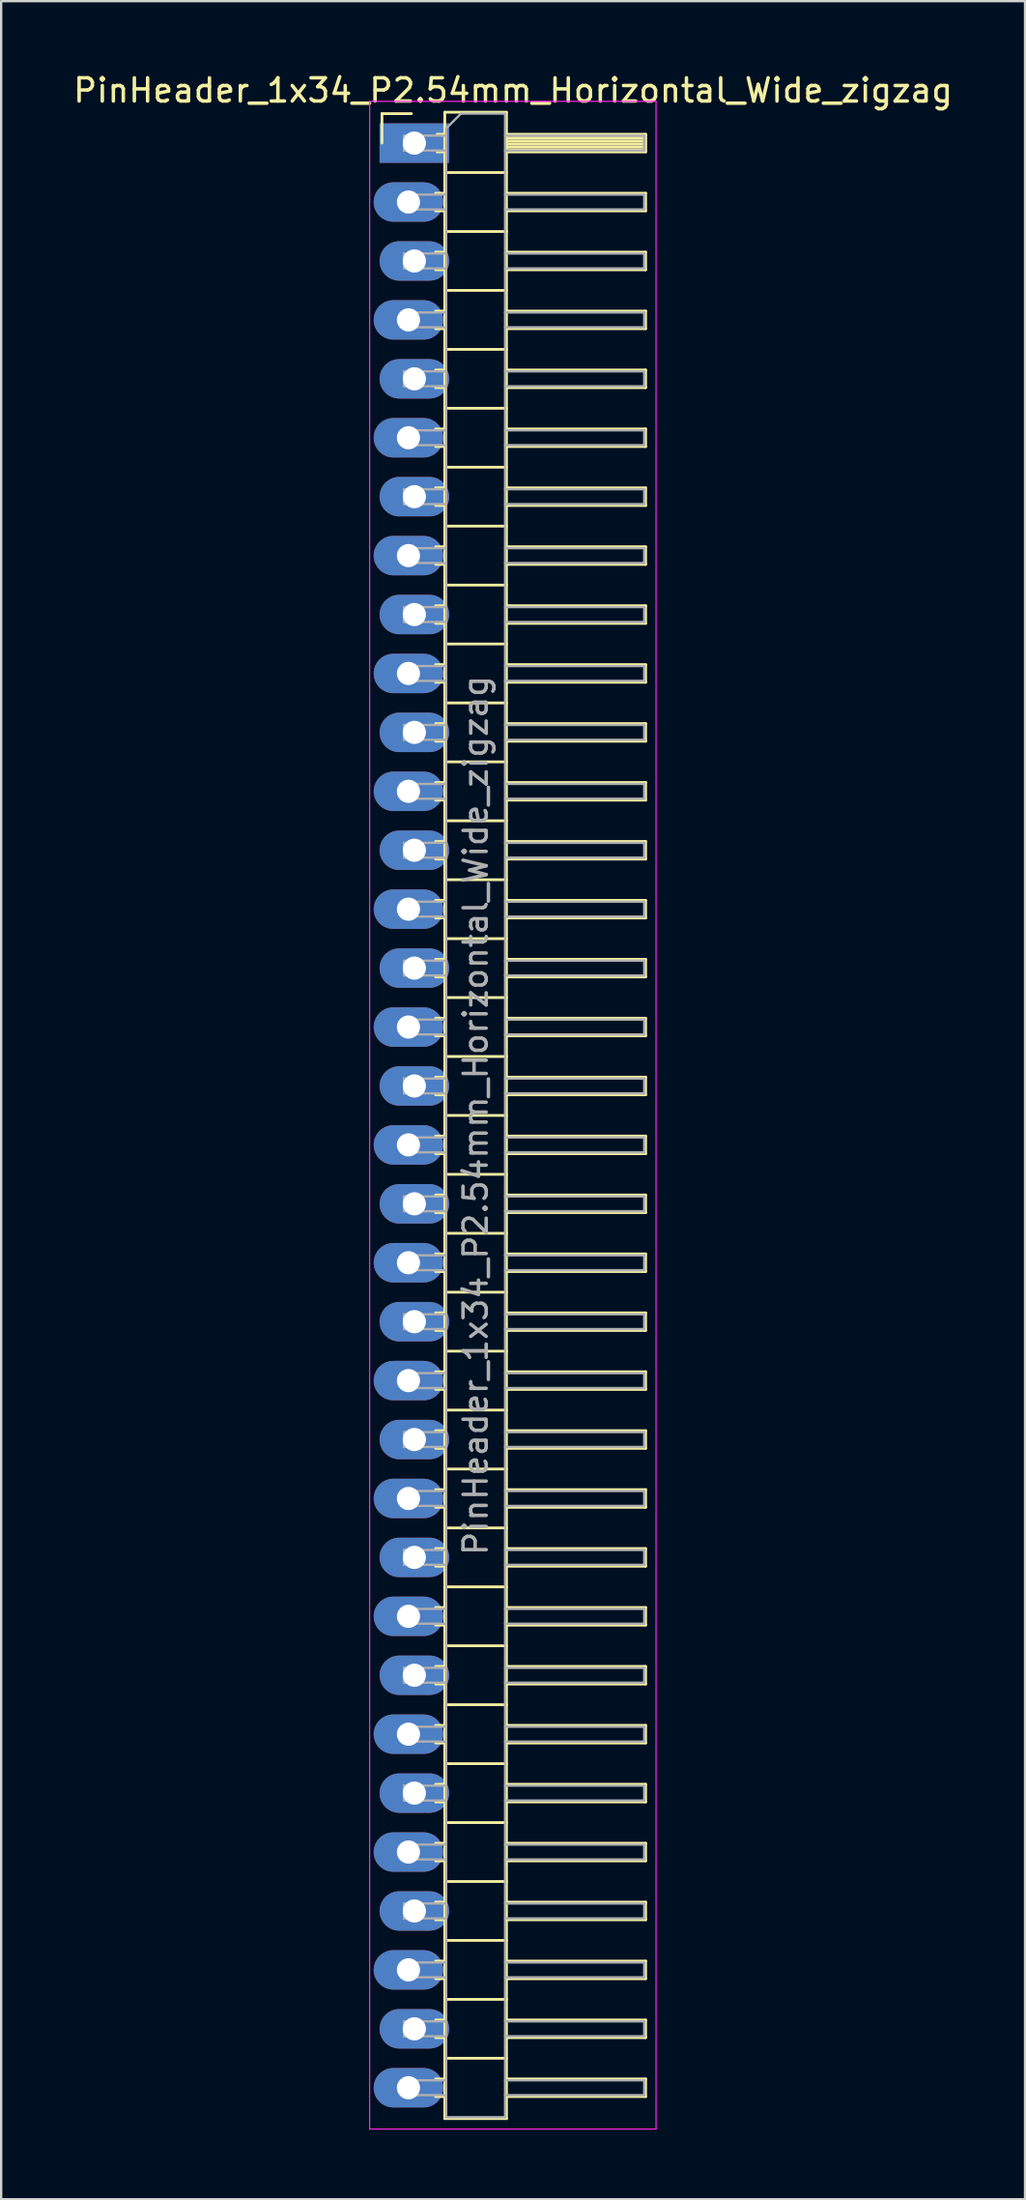
<source format=kicad_pcb>
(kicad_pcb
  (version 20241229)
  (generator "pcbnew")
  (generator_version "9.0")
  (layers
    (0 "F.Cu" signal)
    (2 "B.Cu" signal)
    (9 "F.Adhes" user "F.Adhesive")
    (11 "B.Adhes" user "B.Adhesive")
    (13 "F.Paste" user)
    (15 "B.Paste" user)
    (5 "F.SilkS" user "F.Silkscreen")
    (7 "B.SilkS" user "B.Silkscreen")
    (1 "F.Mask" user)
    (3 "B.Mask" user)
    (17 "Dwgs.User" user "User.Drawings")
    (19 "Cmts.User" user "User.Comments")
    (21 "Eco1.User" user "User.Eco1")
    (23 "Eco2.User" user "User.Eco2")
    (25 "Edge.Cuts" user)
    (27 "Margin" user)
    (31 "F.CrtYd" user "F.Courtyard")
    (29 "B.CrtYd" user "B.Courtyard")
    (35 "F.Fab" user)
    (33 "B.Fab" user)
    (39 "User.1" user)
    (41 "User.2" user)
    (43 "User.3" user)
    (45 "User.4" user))
  (footprint "PinHeader_1x34_P2.54mm_Horizontal_Wide_zigzag"
    (layer "F.Cu")
    (at 14.692 3.118)
    (property "Reference" "PinHeader_1x34_P2.54mm_Horizontal_Wide_zigzag" (at 4.385 -2.27 0) (layer "F.SilkS") (effects (font (size 1 1) (thickness 0.15))))
    (attr through_hole)
    (fp_line (start -1.27 -1.27) (end 0 -1.27) (stroke (width 0.12) (type solid)) (layer "F.SilkS"))
    (fp_line (start -1.27 0) (end -1.27 -1.27) (stroke (width 0.12) (type solid)) (layer "F.SilkS"))
    (fp_line (start 1.043 2.16) (end 1.44 2.16) (stroke (width 0.12) (type solid)) (layer "F.SilkS"))
    (fp_line (start 1.043 2.92) (end 1.44 2.92) (stroke (width 0.12) (type solid)) (layer "F.SilkS"))
    (fp_line (start 1.043 4.7) (end 1.44 4.7) (stroke (width 0.12) (type solid)) (layer "F.SilkS"))
    (fp_line (start 1.043 5.46) (end 1.44 5.46) (stroke (width 0.12) (type solid)) (layer "F.SilkS"))
    (fp_line (start 1.043 7.24) (end 1.44 7.24) (stroke (width 0.12) (type solid)) (layer "F.SilkS"))
    (fp_line (start 1.043 8) (end 1.44 8) (stroke (width 0.12) (type solid)) (layer "F.SilkS"))
    (fp_line (start 1.043 9.78) (end 1.44 9.78) (stroke (width 0.12) (type solid)) (layer "F.SilkS"))
    (fp_line (start 1.043 10.54) (end 1.44 10.54) (stroke (width 0.12) (type solid)) (layer "F.SilkS"))
    (fp_line (start 1.043 12.32) (end 1.44 12.32) (stroke (width 0.12) (type solid)) (layer "F.SilkS"))
    (fp_line (start 1.043 13.08) (end 1.44 13.08) (stroke (width 0.12) (type solid)) (layer "F.SilkS"))
    (fp_line (start 1.043 14.86) (end 1.44 14.86) (stroke (width 0.12) (type solid)) (layer "F.SilkS"))
    (fp_line (start 1.043 15.62) (end 1.44 15.62) (stroke (width 0.12) (type solid)) (layer "F.SilkS"))
    (fp_line (start 1.043 17.4) (end 1.44 17.4) (stroke (width 0.12) (type solid)) (layer "F.SilkS"))
    (fp_line (start 1.043 18.16) (end 1.44 18.16) (stroke (width 0.12) (type solid)) (layer "F.SilkS"))
    (fp_line (start 1.043 19.94) (end 1.44 19.94) (stroke (width 0.12) (type solid)) (layer "F.SilkS"))
    (fp_line (start 1.043 20.7) (end 1.44 20.7) (stroke (width 0.12) (type solid)) (layer "F.SilkS"))
    (fp_line (start 1.043 22.48) (end 1.44 22.48) (stroke (width 0.12) (type solid)) (layer "F.SilkS"))
    (fp_line (start 1.043 23.24) (end 1.44 23.24) (stroke (width 0.12) (type solid)) (layer "F.SilkS"))
    (fp_line (start 1.043 25.02) (end 1.44 25.02) (stroke (width 0.12) (type solid)) (layer "F.SilkS"))
    (fp_line (start 1.043 25.78) (end 1.44 25.78) (stroke (width 0.12) (type solid)) (layer "F.SilkS"))
    (fp_line (start 1.043 27.56) (end 1.44 27.56) (stroke (width 0.12) (type solid)) (layer "F.SilkS"))
    (fp_line (start 1.043 28.32) (end 1.44 28.32) (stroke (width 0.12) (type solid)) (layer "F.SilkS"))
    (fp_line (start 1.043 30.1) (end 1.44 30.1) (stroke (width 0.12) (type solid)) (layer "F.SilkS"))
    (fp_line (start 1.043 30.86) (end 1.44 30.86) (stroke (width 0.12) (type solid)) (layer "F.SilkS"))
    (fp_line (start 1.043 32.64) (end 1.44 32.64) (stroke (width 0.12) (type solid)) (layer "F.SilkS"))
    (fp_line (start 1.043 33.4) (end 1.44 33.4) (stroke (width 0.12) (type solid)) (layer "F.SilkS"))
    (fp_line (start 1.043 35.18) (end 1.44 35.18) (stroke (width 0.12) (type solid)) (layer "F.SilkS"))
    (fp_line (start 1.043 35.94) (end 1.44 35.94) (stroke (width 0.12) (type solid)) (layer "F.SilkS"))
    (fp_line (start 1.043 37.72) (end 1.44 37.72) (stroke (width 0.12) (type solid)) (layer "F.SilkS"))
    (fp_line (start 1.043 38.48) (end 1.44 38.48) (stroke (width 0.12) (type solid)) (layer "F.SilkS"))
    (fp_line (start 1.043 40.26) (end 1.44 40.26) (stroke (width 0.12) (type solid)) (layer "F.SilkS"))
    (fp_line (start 1.043 41.02) (end 1.44 41.02) (stroke (width 0.12) (type solid)) (layer "F.SilkS"))
    (fp_line (start 1.043 42.8) (end 1.44 42.8) (stroke (width 0.12) (type solid)) (layer "F.SilkS"))
    (fp_line (start 1.043 43.56) (end 1.44 43.56) (stroke (width 0.12) (type solid)) (layer "F.SilkS"))
    (fp_line (start 1.043 45.34) (end 1.44 45.34) (stroke (width 0.12) (type solid)) (layer "F.SilkS"))
    (fp_line (start 1.043 46.1) (end 1.44 46.1) (stroke (width 0.12) (type solid)) (layer "F.SilkS"))
    (fp_line (start 1.043 47.88) (end 1.44 47.88) (stroke (width 0.12) (type solid)) (layer "F.SilkS"))
    (fp_line (start 1.043 48.64) (end 1.44 48.64) (stroke (width 0.12) (type solid)) (layer "F.SilkS"))
    (fp_line (start 1.043 50.42) (end 1.44 50.42) (stroke (width 0.12) (type solid)) (layer "F.SilkS"))
    (fp_line (start 1.043 51.18) (end 1.44 51.18) (stroke (width 0.12) (type solid)) (layer "F.SilkS"))
    (fp_line (start 1.043 52.96) (end 1.44 52.96) (stroke (width 0.12) (type solid)) (layer "F.SilkS"))
    (fp_line (start 1.043 53.72) (end 1.44 53.72) (stroke (width 0.12) (type solid)) (layer "F.SilkS"))
    (fp_line (start 1.043 55.5) (end 1.44 55.5) (stroke (width 0.12) (type solid)) (layer "F.SilkS"))
    (fp_line (start 1.043 56.26) (end 1.44 56.26) (stroke (width 0.12) (type solid)) (layer "F.SilkS"))
    (fp_line (start 1.043 58.04) (end 1.44 58.04) (stroke (width 0.12) (type solid)) (layer "F.SilkS"))
    (fp_line (start 1.043 58.8) (end 1.44 58.8) (stroke (width 0.12) (type solid)) (layer "F.SilkS"))
    (fp_line (start 1.043 60.58) (end 1.44 60.58) (stroke (width 0.12) (type solid)) (layer "F.SilkS"))
    (fp_line (start 1.043 61.34) (end 1.44 61.34) (stroke (width 0.12) (type solid)) (layer "F.SilkS"))
    (fp_line (start 1.043 63.12) (end 1.44 63.12) (stroke (width 0.12) (type solid)) (layer "F.SilkS"))
    (fp_line (start 1.043 63.88) (end 1.44 63.88) (stroke (width 0.12) (type solid)) (layer "F.SilkS"))
    (fp_line (start 1.043 65.66) (end 1.44 65.66) (stroke (width 0.12) (type solid)) (layer "F.SilkS"))
    (fp_line (start 1.043 66.42) (end 1.44 66.42) (stroke (width 0.12) (type solid)) (layer "F.SilkS"))
    (fp_line (start 1.043 68.2) (end 1.44 68.2) (stroke (width 0.12) (type solid)) (layer "F.SilkS"))
    (fp_line (start 1.043 68.96) (end 1.44 68.96) (stroke (width 0.12) (type solid)) (layer "F.SilkS"))
    (fp_line (start 1.043 70.74) (end 1.44 70.74) (stroke (width 0.12) (type solid)) (layer "F.SilkS"))
    (fp_line (start 1.043 71.5) (end 1.44 71.5) (stroke (width 0.12) (type solid)) (layer "F.SilkS"))
    (fp_line (start 1.043 73.28) (end 1.44 73.28) (stroke (width 0.12) (type solid)) (layer "F.SilkS"))
    (fp_line (start 1.043 74.04) (end 1.44 74.04) (stroke (width 0.12) (type solid)) (layer "F.SilkS"))
    (fp_line (start 1.043 75.82) (end 1.44 75.82) (stroke (width 0.12) (type solid)) (layer "F.SilkS"))
    (fp_line (start 1.043 76.58) (end 1.44 76.58) (stroke (width 0.12) (type solid)) (layer "F.SilkS"))
    (fp_line (start 1.043 78.36) (end 1.44 78.36) (stroke (width 0.12) (type solid)) (layer "F.SilkS"))
    (fp_line (start 1.043 79.12) (end 1.44 79.12) (stroke (width 0.12) (type solid)) (layer "F.SilkS"))
    (fp_line (start 1.043 80.9) (end 1.44 80.9) (stroke (width 0.12) (type solid)) (layer "F.SilkS"))
    (fp_line (start 1.043 81.66) (end 1.44 81.66) (stroke (width 0.12) (type solid)) (layer "F.SilkS"))
    (fp_line (start 1.043 83.44) (end 1.44 83.44) (stroke (width 0.12) (type solid)) (layer "F.SilkS"))
    (fp_line (start 1.043 84.2) (end 1.44 84.2) (stroke (width 0.12) (type solid)) (layer "F.SilkS"))
    (fp_line (start 1.11 -0.38) (end 1.44 -0.38) (stroke (width 0.12) (type solid)) (layer "F.SilkS"))
    (fp_line (start 1.11 0.38) (end 1.44 0.38) (stroke (width 0.12) (type solid)) (layer "F.SilkS"))
    (fp_line (start 1.44 -1.33) (end 1.44 85.15) (stroke (width 0.12) (type solid)) (layer "F.SilkS"))
    (fp_line (start 1.44 1.27) (end 4.1 1.27) (stroke (width 0.12) (type solid)) (layer "F.SilkS"))
    (fp_line (start 1.44 3.81) (end 4.1 3.81) (stroke (width 0.12) (type solid)) (layer "F.SilkS"))
    (fp_line (start 1.44 6.35) (end 4.1 6.35) (stroke (width 0.12) (type solid)) (layer "F.SilkS"))
    (fp_line (start 1.44 8.89) (end 4.1 8.89) (stroke (width 0.12) (type solid)) (layer "F.SilkS"))
    (fp_line (start 1.44 11.43) (end 4.1 11.43) (stroke (width 0.12) (type solid)) (layer "F.SilkS"))
    (fp_line (start 1.44 13.97) (end 4.1 13.97) (stroke (width 0.12) (type solid)) (layer "F.SilkS"))
    (fp_line (start 1.44 16.51) (end 4.1 16.51) (stroke (width 0.12) (type solid)) (layer "F.SilkS"))
    (fp_line (start 1.44 19.05) (end 4.1 19.05) (stroke (width 0.12) (type solid)) (layer "F.SilkS"))
    (fp_line (start 1.44 21.59) (end 4.1 21.59) (stroke (width 0.12) (type solid)) (layer "F.SilkS"))
    (fp_line (start 1.44 24.13) (end 4.1 24.13) (stroke (width 0.12) (type solid)) (layer "F.SilkS"))
    (fp_line (start 1.44 26.67) (end 4.1 26.67) (stroke (width 0.12) (type solid)) (layer "F.SilkS"))
    (fp_line (start 1.44 29.21) (end 4.1 29.21) (stroke (width 0.12) (type solid)) (layer "F.SilkS"))
    (fp_line (start 1.44 31.75) (end 4.1 31.75) (stroke (width 0.12) (type solid)) (layer "F.SilkS"))
    (fp_line (start 1.44 34.29) (end 4.1 34.29) (stroke (width 0.12) (type solid)) (layer "F.SilkS"))
    (fp_line (start 1.44 36.83) (end 4.1 36.83) (stroke (width 0.12) (type solid)) (layer "F.SilkS"))
    (fp_line (start 1.44 39.37) (end 4.1 39.37) (stroke (width 0.12) (type solid)) (layer "F.SilkS"))
    (fp_line (start 1.44 41.91) (end 4.1 41.91) (stroke (width 0.12) (type solid)) (layer "F.SilkS"))
    (fp_line (start 1.44 44.45) (end 4.1 44.45) (stroke (width 0.12) (type solid)) (layer "F.SilkS"))
    (fp_line (start 1.44 46.99) (end 4.1 46.99) (stroke (width 0.12) (type solid)) (layer "F.SilkS"))
    (fp_line (start 1.44 49.53) (end 4.1 49.53) (stroke (width 0.12) (type solid)) (layer "F.SilkS"))
    (fp_line (start 1.44 52.07) (end 4.1 52.07) (stroke (width 0.12) (type solid)) (layer "F.SilkS"))
    (fp_line (start 1.44 54.61) (end 4.1 54.61) (stroke (width 0.12) (type solid)) (layer "F.SilkS"))
    (fp_line (start 1.44 57.15) (end 4.1 57.15) (stroke (width 0.12) (type solid)) (layer "F.SilkS"))
    (fp_line (start 1.44 59.69) (end 4.1 59.69) (stroke (width 0.12) (type solid)) (layer "F.SilkS"))
    (fp_line (start 1.44 62.23) (end 4.1 62.23) (stroke (width 0.12) (type solid)) (layer "F.SilkS"))
    (fp_line (start 1.44 64.77) (end 4.1 64.77) (stroke (width 0.12) (type solid)) (layer "F.SilkS"))
    (fp_line (start 1.44 67.31) (end 4.1 67.31) (stroke (width 0.12) (type solid)) (layer "F.SilkS"))
    (fp_line (start 1.44 69.85) (end 4.1 69.85) (stroke (width 0.12) (type solid)) (layer "F.SilkS"))
    (fp_line (start 1.44 72.39) (end 4.1 72.39) (stroke (width 0.12) (type solid)) (layer "F.SilkS"))
    (fp_line (start 1.44 74.93) (end 4.1 74.93) (stroke (width 0.12) (type solid)) (layer "F.SilkS"))
    (fp_line (start 1.44 77.47) (end 4.1 77.47) (stroke (width 0.12) (type solid)) (layer "F.SilkS"))
    (fp_line (start 1.44 80.01) (end 4.1 80.01) (stroke (width 0.12) (type solid)) (layer "F.SilkS"))
    (fp_line (start 1.44 82.55) (end 4.1 82.55) (stroke (width 0.12) (type solid)) (layer "F.SilkS"))
    (fp_line (start 1.44 85.15) (end 4.1 85.15) (stroke (width 0.12) (type solid)) (layer "F.SilkS"))
    (fp_line (start 4.1 -1.33) (end 1.44 -1.33) (stroke (width 0.12) (type solid)) (layer "F.SilkS"))
    (fp_line (start 4.1 -0.38) (end 10.1 -0.38) (stroke (width 0.12) (type solid)) (layer "F.SilkS"))
    (fp_line (start 4.1 -0.32) (end 10.1 -0.32) (stroke (width 0.12) (type solid)) (layer "F.SilkS"))
    (fp_line (start 4.1 -0.2) (end 10.1 -0.2) (stroke (width 0.12) (type solid)) (layer "F.SilkS"))
    (fp_line (start 4.1 -0.08) (end 10.1 -0.08) (stroke (width 0.12) (type solid)) (layer "F.SilkS"))
    (fp_line (start 4.1 0.04) (end 10.1 0.04) (stroke (width 0.12) (type solid)) (layer "F.SilkS"))
    (fp_line (start 4.1 0.16) (end 10.1 0.16) (stroke (width 0.12) (type solid)) (layer "F.SilkS"))
    (fp_line (start 4.1 0.28) (end 10.1 0.28) (stroke (width 0.12) (type solid)) (layer "F.SilkS"))
    (fp_line (start 4.1 2.16) (end 10.1 2.16) (stroke (width 0.12) (type solid)) (layer "F.SilkS"))
    (fp_line (start 4.1 4.7) (end 10.1 4.7) (stroke (width 0.12) (type solid)) (layer "F.SilkS"))
    (fp_line (start 4.1 7.24) (end 10.1 7.24) (stroke (width 0.12) (type solid)) (layer "F.SilkS"))
    (fp_line (start 4.1 9.78) (end 10.1 9.78) (stroke (width 0.12) (type solid)) (layer "F.SilkS"))
    (fp_line (start 4.1 12.32) (end 10.1 12.32) (stroke (width 0.12) (type solid)) (layer "F.SilkS"))
    (fp_line (start 4.1 14.86) (end 10.1 14.86) (stroke (width 0.12) (type solid)) (layer "F.SilkS"))
    (fp_line (start 4.1 17.4) (end 10.1 17.4) (stroke (width 0.12) (type solid)) (layer "F.SilkS"))
    (fp_line (start 4.1 19.94) (end 10.1 19.94) (stroke (width 0.12) (type solid)) (layer "F.SilkS"))
    (fp_line (start 4.1 22.48) (end 10.1 22.48) (stroke (width 0.12) (type solid)) (layer "F.SilkS"))
    (fp_line (start 4.1 25.02) (end 10.1 25.02) (stroke (width 0.12) (type solid)) (layer "F.SilkS"))
    (fp_line (start 4.1 27.56) (end 10.1 27.56) (stroke (width 0.12) (type solid)) (layer "F.SilkS"))
    (fp_line (start 4.1 30.1) (end 10.1 30.1) (stroke (width 0.12) (type solid)) (layer "F.SilkS"))
    (fp_line (start 4.1 32.64) (end 10.1 32.64) (stroke (width 0.12) (type solid)) (layer "F.SilkS"))
    (fp_line (start 4.1 35.18) (end 10.1 35.18) (stroke (width 0.12) (type solid)) (layer "F.SilkS"))
    (fp_line (start 4.1 37.72) (end 10.1 37.72) (stroke (width 0.12) (type solid)) (layer "F.SilkS"))
    (fp_line (start 4.1 40.26) (end 10.1 40.26) (stroke (width 0.12) (type solid)) (layer "F.SilkS"))
    (fp_line (start 4.1 42.8) (end 10.1 42.8) (stroke (width 0.12) (type solid)) (layer "F.SilkS"))
    (fp_line (start 4.1 45.34) (end 10.1 45.34) (stroke (width 0.12) (type solid)) (layer "F.SilkS"))
    (fp_line (start 4.1 47.88) (end 10.1 47.88) (stroke (width 0.12) (type solid)) (layer "F.SilkS"))
    (fp_line (start 4.1 50.42) (end 10.1 50.42) (stroke (width 0.12) (type solid)) (layer "F.SilkS"))
    (fp_line (start 4.1 52.96) (end 10.1 52.96) (stroke (width 0.12) (type solid)) (layer "F.SilkS"))
    (fp_line (start 4.1 55.5) (end 10.1 55.5) (stroke (width 0.12) (type solid)) (layer "F.SilkS"))
    (fp_line (start 4.1 58.04) (end 10.1 58.04) (stroke (width 0.12) (type solid)) (layer "F.SilkS"))
    (fp_line (start 4.1 60.58) (end 10.1 60.58) (stroke (width 0.12) (type solid)) (layer "F.SilkS"))
    (fp_line (start 4.1 63.12) (end 10.1 63.12) (stroke (width 0.12) (type solid)) (layer "F.SilkS"))
    (fp_line (start 4.1 65.66) (end 10.1 65.66) (stroke (width 0.12) (type solid)) (layer "F.SilkS"))
    (fp_line (start 4.1 68.2) (end 10.1 68.2) (stroke (width 0.12) (type solid)) (layer "F.SilkS"))
    (fp_line (start 4.1 70.74) (end 10.1 70.74) (stroke (width 0.12) (type solid)) (layer "F.SilkS"))
    (fp_line (start 4.1 73.28) (end 10.1 73.28) (stroke (width 0.12) (type solid)) (layer "F.SilkS"))
    (fp_line (start 4.1 75.82) (end 10.1 75.82) (stroke (width 0.12) (type solid)) (layer "F.SilkS"))
    (fp_line (start 4.1 78.36) (end 10.1 78.36) (stroke (width 0.12) (type solid)) (layer "F.SilkS"))
    (fp_line (start 4.1 80.9) (end 10.1 80.9) (stroke (width 0.12) (type solid)) (layer "F.SilkS"))
    (fp_line (start 4.1 83.44) (end 10.1 83.44) (stroke (width 0.12) (type solid)) (layer "F.SilkS"))
    (fp_line (start 4.1 85.15) (end 4.1 -1.33) (stroke (width 0.12) (type solid)) (layer "F.SilkS"))
    (fp_line (start 10.1 -0.38) (end 10.1 0.38) (stroke (width 0.12) (type solid)) (layer "F.SilkS"))
    (fp_line (start 10.1 0.38) (end 4.1 0.38) (stroke (width 0.12) (type solid)) (layer "F.SilkS"))
    (fp_line (start 10.1 2.16) (end 10.1 2.92) (stroke (width 0.12) (type solid)) (layer "F.SilkS"))
    (fp_line (start 10.1 2.92) (end 4.1 2.92) (stroke (width 0.12) (type solid)) (layer "F.SilkS"))
    (fp_line (start 10.1 4.7) (end 10.1 5.46) (stroke (width 0.12) (type solid)) (layer "F.SilkS"))
    (fp_line (start 10.1 5.46) (end 4.1 5.46) (stroke (width 0.12) (type solid)) (layer "F.SilkS"))
    (fp_line (start 10.1 7.24) (end 10.1 8) (stroke (width 0.12) (type solid)) (layer "F.SilkS"))
    (fp_line (start 10.1 8) (end 4.1 8) (stroke (width 0.12) (type solid)) (layer "F.SilkS"))
    (fp_line (start 10.1 9.78) (end 10.1 10.54) (stroke (width 0.12) (type solid)) (layer "F.SilkS"))
    (fp_line (start 10.1 10.54) (end 4.1 10.54) (stroke (width 0.12) (type solid)) (layer "F.SilkS"))
    (fp_line (start 10.1 12.32) (end 10.1 13.08) (stroke (width 0.12) (type solid)) (layer "F.SilkS"))
    (fp_line (start 10.1 13.08) (end 4.1 13.08) (stroke (width 0.12) (type solid)) (layer "F.SilkS"))
    (fp_line (start 10.1 14.86) (end 10.1 15.62) (stroke (width 0.12) (type solid)) (layer "F.SilkS"))
    (fp_line (start 10.1 15.62) (end 4.1 15.62) (stroke (width 0.12) (type solid)) (layer "F.SilkS"))
    (fp_line (start 10.1 17.4) (end 10.1 18.16) (stroke (width 0.12) (type solid)) (layer "F.SilkS"))
    (fp_line (start 10.1 18.16) (end 4.1 18.16) (stroke (width 0.12) (type solid)) (layer "F.SilkS"))
    (fp_line (start 10.1 19.94) (end 10.1 20.7) (stroke (width 0.12) (type solid)) (layer "F.SilkS"))
    (fp_line (start 10.1 20.7) (end 4.1 20.7) (stroke (width 0.12) (type solid)) (layer "F.SilkS"))
    (fp_line (start 10.1 22.48) (end 10.1 23.24) (stroke (width 0.12) (type solid)) (layer "F.SilkS"))
    (fp_line (start 10.1 23.24) (end 4.1 23.24) (stroke (width 0.12) (type solid)) (layer "F.SilkS"))
    (fp_line (start 10.1 25.02) (end 10.1 25.78) (stroke (width 0.12) (type solid)) (layer "F.SilkS"))
    (fp_line (start 10.1 25.78) (end 4.1 25.78) (stroke (width 0.12) (type solid)) (layer "F.SilkS"))
    (fp_line (start 10.1 27.56) (end 10.1 28.32) (stroke (width 0.12) (type solid)) (layer "F.SilkS"))
    (fp_line (start 10.1 28.32) (end 4.1 28.32) (stroke (width 0.12) (type solid)) (layer "F.SilkS"))
    (fp_line (start 10.1 30.1) (end 10.1 30.86) (stroke (width 0.12) (type solid)) (layer "F.SilkS"))
    (fp_line (start 10.1 30.86) (end 4.1 30.86) (stroke (width 0.12) (type solid)) (layer "F.SilkS"))
    (fp_line (start 10.1 32.64) (end 10.1 33.4) (stroke (width 0.12) (type solid)) (layer "F.SilkS"))
    (fp_line (start 10.1 33.4) (end 4.1 33.4) (stroke (width 0.12) (type solid)) (layer "F.SilkS"))
    (fp_line (start 10.1 35.18) (end 10.1 35.94) (stroke (width 0.12) (type solid)) (layer "F.SilkS"))
    (fp_line (start 10.1 35.94) (end 4.1 35.94) (stroke (width 0.12) (type solid)) (layer "F.SilkS"))
    (fp_line (start 10.1 37.72) (end 10.1 38.48) (stroke (width 0.12) (type solid)) (layer "F.SilkS"))
    (fp_line (start 10.1 38.48) (end 4.1 38.48) (stroke (width 0.12) (type solid)) (layer "F.SilkS"))
    (fp_line (start 10.1 40.26) (end 10.1 41.02) (stroke (width 0.12) (type solid)) (layer "F.SilkS"))
    (fp_line (start 10.1 41.02) (end 4.1 41.02) (stroke (width 0.12) (type solid)) (layer "F.SilkS"))
    (fp_line (start 10.1 42.8) (end 10.1 43.56) (stroke (width 0.12) (type solid)) (layer "F.SilkS"))
    (fp_line (start 10.1 43.56) (end 4.1 43.56) (stroke (width 0.12) (type solid)) (layer "F.SilkS"))
    (fp_line (start 10.1 45.34) (end 10.1 46.1) (stroke (width 0.12) (type solid)) (layer "F.SilkS"))
    (fp_line (start 10.1 46.1) (end 4.1 46.1) (stroke (width 0.12) (type solid)) (layer "F.SilkS"))
    (fp_line (start 10.1 47.88) (end 10.1 48.64) (stroke (width 0.12) (type solid)) (layer "F.SilkS"))
    (fp_line (start 10.1 48.64) (end 4.1 48.64) (stroke (width 0.12) (type solid)) (layer "F.SilkS"))
    (fp_line (start 10.1 50.42) (end 10.1 51.18) (stroke (width 0.12) (type solid)) (layer "F.SilkS"))
    (fp_line (start 10.1 51.18) (end 4.1 51.18) (stroke (width 0.12) (type solid)) (layer "F.SilkS"))
    (fp_line (start 10.1 52.96) (end 10.1 53.72) (stroke (width 0.12) (type solid)) (layer "F.SilkS"))
    (fp_line (start 10.1 53.72) (end 4.1 53.72) (stroke (width 0.12) (type solid)) (layer "F.SilkS"))
    (fp_line (start 10.1 55.5) (end 10.1 56.26) (stroke (width 0.12) (type solid)) (layer "F.SilkS"))
    (fp_line (start 10.1 56.26) (end 4.1 56.26) (stroke (width 0.12) (type solid)) (layer "F.SilkS"))
    (fp_line (start 10.1 58.04) (end 10.1 58.8) (stroke (width 0.12) (type solid)) (layer "F.SilkS"))
    (fp_line (start 10.1 58.8) (end 4.1 58.8) (stroke (width 0.12) (type solid)) (layer "F.SilkS"))
    (fp_line (start 10.1 60.58) (end 10.1 61.34) (stroke (width 0.12) (type solid)) (layer "F.SilkS"))
    (fp_line (start 10.1 61.34) (end 4.1 61.34) (stroke (width 0.12) (type solid)) (layer "F.SilkS"))
    (fp_line (start 10.1 63.12) (end 10.1 63.88) (stroke (width 0.12) (type solid)) (layer "F.SilkS"))
    (fp_line (start 10.1 63.88) (end 4.1 63.88) (stroke (width 0.12) (type solid)) (layer "F.SilkS"))
    (fp_line (start 10.1 65.66) (end 10.1 66.42) (stroke (width 0.12) (type solid)) (layer "F.SilkS"))
    (fp_line (start 10.1 66.42) (end 4.1 66.42) (stroke (width 0.12) (type solid)) (layer "F.SilkS"))
    (fp_line (start 10.1 68.2) (end 10.1 68.96) (stroke (width 0.12) (type solid)) (layer "F.SilkS"))
    (fp_line (start 10.1 68.96) (end 4.1 68.96) (stroke (width 0.12) (type solid)) (layer "F.SilkS"))
    (fp_line (start 10.1 70.74) (end 10.1 71.5) (stroke (width 0.12) (type solid)) (layer "F.SilkS"))
    (fp_line (start 10.1 71.5) (end 4.1 71.5) (stroke (width 0.12) (type solid)) (layer "F.SilkS"))
    (fp_line (start 10.1 73.28) (end 10.1 74.04) (stroke (width 0.12) (type solid)) (layer "F.SilkS"))
    (fp_line (start 10.1 74.04) (end 4.1 74.04) (stroke (width 0.12) (type solid)) (layer "F.SilkS"))
    (fp_line (start 10.1 75.82) (end 10.1 76.58) (stroke (width 0.12) (type solid)) (layer "F.SilkS"))
    (fp_line (start 10.1 76.58) (end 4.1 76.58) (stroke (width 0.12) (type solid)) (layer "F.SilkS"))
    (fp_line (start 10.1 78.36) (end 10.1 79.12) (stroke (width 0.12) (type solid)) (layer "F.SilkS"))
    (fp_line (start 10.1 79.12) (end 4.1 79.12) (stroke (width 0.12) (type solid)) (layer "F.SilkS"))
    (fp_line (start 10.1 80.9) (end 10.1 81.66) (stroke (width 0.12) (type solid)) (layer "F.SilkS"))
    (fp_line (start 10.1 81.66) (end 4.1 81.66) (stroke (width 0.12) (type solid)) (layer "F.SilkS"))
    (fp_line (start 10.1 83.44) (end 10.1 84.2) (stroke (width 0.12) (type solid)) (layer "F.SilkS"))
    (fp_line (start 10.1 84.2) (end 4.1 84.2) (stroke (width 0.12) (type solid)) (layer "F.SilkS"))
    (fp_line (start -1.8 -1.8) (end -1.8 85.6) (stroke (width 0.05) (type solid)) (layer "F.CrtYd"))
    (fp_line (start -1.8 85.6) (end 10.55 85.6) (stroke (width 0.05) (type solid)) (layer "F.CrtYd"))
    (fp_line (start 10.55 -1.8) (end -1.8 -1.8) (stroke (width 0.05) (type solid)) (layer "F.CrtYd"))
    (fp_line (start 10.55 85.6) (end 10.55 -1.8) (stroke (width 0.05) (type solid)) (layer "F.CrtYd"))
    (fp_line (start -0.32 -0.32) (end -0.32 0.32) (stroke (width 0.1) (type solid)) (layer "F.Fab"))
    (fp_line (start -0.32 -0.32) (end 1.5 -0.32) (stroke (width 0.1) (type solid)) (layer "F.Fab"))
    (fp_line (start -0.32 0.32) (end 1.5 0.32) (stroke (width 0.1) (type solid)) (layer "F.Fab"))
    (fp_line (start -0.32 2.22) (end -0.32 2.86) (stroke (width 0.1) (type solid)) (layer "F.Fab"))
    (fp_line (start -0.32 2.22) (end 1.5 2.22) (stroke (width 0.1) (type solid)) (layer "F.Fab"))
    (fp_line (start -0.32 2.86) (end 1.5 2.86) (stroke (width 0.1) (type solid)) (layer "F.Fab"))
    (fp_line (start -0.32 4.76) (end -0.32 5.4) (stroke (width 0.1) (type solid)) (layer "F.Fab"))
    (fp_line (start -0.32 4.76) (end 1.5 4.76) (stroke (width 0.1) (type solid)) (layer "F.Fab"))
    (fp_line (start -0.32 5.4) (end 1.5 5.4) (stroke (width 0.1) (type solid)) (layer "F.Fab"))
    (fp_line (start -0.32 7.3) (end -0.32 7.94) (stroke (width 0.1) (type solid)) (layer "F.Fab"))
    (fp_line (start -0.32 7.3) (end 1.5 7.3) (stroke (width 0.1) (type solid)) (layer "F.Fab"))
    (fp_line (start -0.32 7.94) (end 1.5 7.94) (stroke (width 0.1) (type solid)) (layer "F.Fab"))
    (fp_line (start -0.32 9.84) (end -0.32 10.48) (stroke (width 0.1) (type solid)) (layer "F.Fab"))
    (fp_line (start -0.32 9.84) (end 1.5 9.84) (stroke (width 0.1) (type solid)) (layer "F.Fab"))
    (fp_line (start -0.32 10.48) (end 1.5 10.48) (stroke (width 0.1) (type solid)) (layer "F.Fab"))
    (fp_line (start -0.32 12.38) (end -0.32 13.02) (stroke (width 0.1) (type solid)) (layer "F.Fab"))
    (fp_line (start -0.32 12.38) (end 1.5 12.38) (stroke (width 0.1) (type solid)) (layer "F.Fab"))
    (fp_line (start -0.32 13.02) (end 1.5 13.02) (stroke (width 0.1) (type solid)) (layer "F.Fab"))
    (fp_line (start -0.32 14.92) (end -0.32 15.56) (stroke (width 0.1) (type solid)) (layer "F.Fab"))
    (fp_line (start -0.32 14.92) (end 1.5 14.92) (stroke (width 0.1) (type solid)) (layer "F.Fab"))
    (fp_line (start -0.32 15.56) (end 1.5 15.56) (stroke (width 0.1) (type solid)) (layer "F.Fab"))
    (fp_line (start -0.32 17.46) (end -0.32 18.1) (stroke (width 0.1) (type solid)) (layer "F.Fab"))
    (fp_line (start -0.32 17.46) (end 1.5 17.46) (stroke (width 0.1) (type solid)) (layer "F.Fab"))
    (fp_line (start -0.32 18.1) (end 1.5 18.1) (stroke (width 0.1) (type solid)) (layer "F.Fab"))
    (fp_line (start -0.32 20) (end -0.32 20.64) (stroke (width 0.1) (type solid)) (layer "F.Fab"))
    (fp_line (start -0.32 20) (end 1.5 20) (stroke (width 0.1) (type solid)) (layer "F.Fab"))
    (fp_line (start -0.32 20.64) (end 1.5 20.64) (stroke (width 0.1) (type solid)) (layer "F.Fab"))
    (fp_line (start -0.32 22.54) (end -0.32 23.18) (stroke (width 0.1) (type solid)) (layer "F.Fab"))
    (fp_line (start -0.32 22.54) (end 1.5 22.54) (stroke (width 0.1) (type solid)) (layer "F.Fab"))
    (fp_line (start -0.32 23.18) (end 1.5 23.18) (stroke (width 0.1) (type solid)) (layer "F.Fab"))
    (fp_line (start -0.32 25.08) (end -0.32 25.72) (stroke (width 0.1) (type solid)) (layer "F.Fab"))
    (fp_line (start -0.32 25.08) (end 1.5 25.08) (stroke (width 0.1) (type solid)) (layer "F.Fab"))
    (fp_line (start -0.32 25.72) (end 1.5 25.72) (stroke (width 0.1) (type solid)) (layer "F.Fab"))
    (fp_line (start -0.32 27.62) (end -0.32 28.26) (stroke (width 0.1) (type solid)) (layer "F.Fab"))
    (fp_line (start -0.32 27.62) (end 1.5 27.62) (stroke (width 0.1) (type solid)) (layer "F.Fab"))
    (fp_line (start -0.32 28.26) (end 1.5 28.26) (stroke (width 0.1) (type solid)) (layer "F.Fab"))
    (fp_line (start -0.32 30.16) (end -0.32 30.8) (stroke (width 0.1) (type solid)) (layer "F.Fab"))
    (fp_line (start -0.32 30.16) (end 1.5 30.16) (stroke (width 0.1) (type solid)) (layer "F.Fab"))
    (fp_line (start -0.32 30.8) (end 1.5 30.8) (stroke (width 0.1) (type solid)) (layer "F.Fab"))
    (fp_line (start -0.32 32.7) (end -0.32 33.34) (stroke (width 0.1) (type solid)) (layer "F.Fab"))
    (fp_line (start -0.32 32.7) (end 1.5 32.7) (stroke (width 0.1) (type solid)) (layer "F.Fab"))
    (fp_line (start -0.32 33.34) (end 1.5 33.34) (stroke (width 0.1) (type solid)) (layer "F.Fab"))
    (fp_line (start -0.32 35.24) (end -0.32 35.88) (stroke (width 0.1) (type solid)) (layer "F.Fab"))
    (fp_line (start -0.32 35.24) (end 1.5 35.24) (stroke (width 0.1) (type solid)) (layer "F.Fab"))
    (fp_line (start -0.32 35.88) (end 1.5 35.88) (stroke (width 0.1) (type solid)) (layer "F.Fab"))
    (fp_line (start -0.32 37.78) (end -0.32 38.42) (stroke (width 0.1) (type solid)) (layer "F.Fab"))
    (fp_line (start -0.32 37.78) (end 1.5 37.78) (stroke (width 0.1) (type solid)) (layer "F.Fab"))
    (fp_line (start -0.32 38.42) (end 1.5 38.42) (stroke (width 0.1) (type solid)) (layer "F.Fab"))
    (fp_line (start -0.32 40.32) (end -0.32 40.96) (stroke (width 0.1) (type solid)) (layer "F.Fab"))
    (fp_line (start -0.32 40.32) (end 1.5 40.32) (stroke (width 0.1) (type solid)) (layer "F.Fab"))
    (fp_line (start -0.32 40.96) (end 1.5 40.96) (stroke (width 0.1) (type solid)) (layer "F.Fab"))
    (fp_line (start -0.32 42.86) (end -0.32 43.5) (stroke (width 0.1) (type solid)) (layer "F.Fab"))
    (fp_line (start -0.32 42.86) (end 1.5 42.86) (stroke (width 0.1) (type solid)) (layer "F.Fab"))
    (fp_line (start -0.32 43.5) (end 1.5 43.5) (stroke (width 0.1) (type solid)) (layer "F.Fab"))
    (fp_line (start -0.32 45.4) (end -0.32 46.04) (stroke (width 0.1) (type solid)) (layer "F.Fab"))
    (fp_line (start -0.32 45.4) (end 1.5 45.4) (stroke (width 0.1) (type solid)) (layer "F.Fab"))
    (fp_line (start -0.32 46.04) (end 1.5 46.04) (stroke (width 0.1) (type solid)) (layer "F.Fab"))
    (fp_line (start -0.32 47.94) (end -0.32 48.58) (stroke (width 0.1) (type solid)) (layer "F.Fab"))
    (fp_line (start -0.32 47.94) (end 1.5 47.94) (stroke (width 0.1) (type solid)) (layer "F.Fab"))
    (fp_line (start -0.32 48.58) (end 1.5 48.58) (stroke (width 0.1) (type solid)) (layer "F.Fab"))
    (fp_line (start -0.32 50.48) (end -0.32 51.12) (stroke (width 0.1) (type solid)) (layer "F.Fab"))
    (fp_line (start -0.32 50.48) (end 1.5 50.48) (stroke (width 0.1) (type solid)) (layer "F.Fab"))
    (fp_line (start -0.32 51.12) (end 1.5 51.12) (stroke (width 0.1) (type solid)) (layer "F.Fab"))
    (fp_line (start -0.32 53.02) (end -0.32 53.66) (stroke (width 0.1) (type solid)) (layer "F.Fab"))
    (fp_line (start -0.32 53.02) (end 1.5 53.02) (stroke (width 0.1) (type solid)) (layer "F.Fab"))
    (fp_line (start -0.32 53.66) (end 1.5 53.66) (stroke (width 0.1) (type solid)) (layer "F.Fab"))
    (fp_line (start -0.32 55.56) (end -0.32 56.2) (stroke (width 0.1) (type solid)) (layer "F.Fab"))
    (fp_line (start -0.32 55.56) (end 1.5 55.56) (stroke (width 0.1) (type solid)) (layer "F.Fab"))
    (fp_line (start -0.32 56.2) (end 1.5 56.2) (stroke (width 0.1) (type solid)) (layer "F.Fab"))
    (fp_line (start -0.32 58.1) (end -0.32 58.74) (stroke (width 0.1) (type solid)) (layer "F.Fab"))
    (fp_line (start -0.32 58.1) (end 1.5 58.1) (stroke (width 0.1) (type solid)) (layer "F.Fab"))
    (fp_line (start -0.32 58.74) (end 1.5 58.74) (stroke (width 0.1) (type solid)) (layer "F.Fab"))
    (fp_line (start -0.32 60.64) (end -0.32 61.28) (stroke (width 0.1) (type solid)) (layer "F.Fab"))
    (fp_line (start -0.32 60.64) (end 1.5 60.64) (stroke (width 0.1) (type solid)) (layer "F.Fab"))
    (fp_line (start -0.32 61.28) (end 1.5 61.28) (stroke (width 0.1) (type solid)) (layer "F.Fab"))
    (fp_line (start -0.32 63.18) (end -0.32 63.82) (stroke (width 0.1) (type solid)) (layer "F.Fab"))
    (fp_line (start -0.32 63.18) (end 1.5 63.18) (stroke (width 0.1) (type solid)) (layer "F.Fab"))
    (fp_line (start -0.32 63.82) (end 1.5 63.82) (stroke (width 0.1) (type solid)) (layer "F.Fab"))
    (fp_line (start -0.32 65.72) (end -0.32 66.36) (stroke (width 0.1) (type solid)) (layer "F.Fab"))
    (fp_line (start -0.32 65.72) (end 1.5 65.72) (stroke (width 0.1) (type solid)) (layer "F.Fab"))
    (fp_line (start -0.32 66.36) (end 1.5 66.36) (stroke (width 0.1) (type solid)) (layer "F.Fab"))
    (fp_line (start -0.32 68.26) (end -0.32 68.9) (stroke (width 0.1) (type solid)) (layer "F.Fab"))
    (fp_line (start -0.32 68.26) (end 1.5 68.26) (stroke (width 0.1) (type solid)) (layer "F.Fab"))
    (fp_line (start -0.32 68.9) (end 1.5 68.9) (stroke (width 0.1) (type solid)) (layer "F.Fab"))
    (fp_line (start -0.32 70.8) (end -0.32 71.44) (stroke (width 0.1) (type solid)) (layer "F.Fab"))
    (fp_line (start -0.32 70.8) (end 1.5 70.8) (stroke (width 0.1) (type solid)) (layer "F.Fab"))
    (fp_line (start -0.32 71.44) (end 1.5 71.44) (stroke (width 0.1) (type solid)) (layer "F.Fab"))
    (fp_line (start -0.32 73.34) (end -0.32 73.98) (stroke (width 0.1) (type solid)) (layer "F.Fab"))
    (fp_line (start -0.32 73.34) (end 1.5 73.34) (stroke (width 0.1) (type solid)) (layer "F.Fab"))
    (fp_line (start -0.32 73.98) (end 1.5 73.98) (stroke (width 0.1) (type solid)) (layer "F.Fab"))
    (fp_line (start -0.32 75.88) (end -0.32 76.52) (stroke (width 0.1) (type solid)) (layer "F.Fab"))
    (fp_line (start -0.32 75.88) (end 1.5 75.88) (stroke (width 0.1) (type solid)) (layer "F.Fab"))
    (fp_line (start -0.32 76.52) (end 1.5 76.52) (stroke (width 0.1) (type solid)) (layer "F.Fab"))
    (fp_line (start -0.32 78.42) (end -0.32 79.06) (stroke (width 0.1) (type solid)) (layer "F.Fab"))
    (fp_line (start -0.32 78.42) (end 1.5 78.42) (stroke (width 0.1) (type solid)) (layer "F.Fab"))
    (fp_line (start -0.32 79.06) (end 1.5 79.06) (stroke (width 0.1) (type solid)) (layer "F.Fab"))
    (fp_line (start -0.32 80.96) (end -0.32 81.6) (stroke (width 0.1) (type solid)) (layer "F.Fab"))
    (fp_line (start -0.32 80.96) (end 1.5 80.96) (stroke (width 0.1) (type solid)) (layer "F.Fab"))
    (fp_line (start -0.32 81.6) (end 1.5 81.6) (stroke (width 0.1) (type solid)) (layer "F.Fab"))
    (fp_line (start -0.32 83.5) (end -0.32 84.14) (stroke (width 0.1) (type solid)) (layer "F.Fab"))
    (fp_line (start -0.32 83.5) (end 1.5 83.5) (stroke (width 0.1) (type solid)) (layer "F.Fab"))
    (fp_line (start -0.32 84.14) (end 1.5 84.14) (stroke (width 0.1) (type solid)) (layer "F.Fab"))
    (fp_line (start 1.5 -0.635) (end 2.135 -1.27) (stroke (width 0.1) (type solid)) (layer "F.Fab"))
    (fp_line (start 1.5 85.09) (end 1.5 -0.635) (stroke (width 0.1) (type solid)) (layer "F.Fab"))
    (fp_line (start 2.135 -1.27) (end 4.04 -1.27) (stroke (width 0.1) (type solid)) (layer "F.Fab"))
    (fp_line (start 4.04 -1.27) (end 4.04 85.09) (stroke (width 0.1) (type solid)) (layer "F.Fab"))
    (fp_line (start 4.04 -0.32) (end 10.04 -0.32) (stroke (width 0.1) (type solid)) (layer "F.Fab"))
    (fp_line (start 4.04 0.32) (end 10.04 0.32) (stroke (width 0.1) (type solid)) (layer "F.Fab"))
    (fp_line (start 4.04 2.22) (end 10.04 2.22) (stroke (width 0.1) (type solid)) (layer "F.Fab"))
    (fp_line (start 4.04 2.86) (end 10.04 2.86) (stroke (width 0.1) (type solid)) (layer "F.Fab"))
    (fp_line (start 4.04 4.76) (end 10.04 4.76) (stroke (width 0.1) (type solid)) (layer "F.Fab"))
    (fp_line (start 4.04 5.4) (end 10.04 5.4) (stroke (width 0.1) (type solid)) (layer "F.Fab"))
    (fp_line (start 4.04 7.3) (end 10.04 7.3) (stroke (width 0.1) (type solid)) (layer "F.Fab"))
    (fp_line (start 4.04 7.94) (end 10.04 7.94) (stroke (width 0.1) (type solid)) (layer "F.Fab"))
    (fp_line (start 4.04 9.84) (end 10.04 9.84) (stroke (width 0.1) (type solid)) (layer "F.Fab"))
    (fp_line (start 4.04 10.48) (end 10.04 10.48) (stroke (width 0.1) (type solid)) (layer "F.Fab"))
    (fp_line (start 4.04 12.38) (end 10.04 12.38) (stroke (width 0.1) (type solid)) (layer "F.Fab"))
    (fp_line (start 4.04 13.02) (end 10.04 13.02) (stroke (width 0.1) (type solid)) (layer "F.Fab"))
    (fp_line (start 4.04 14.92) (end 10.04 14.92) (stroke (width 0.1) (type solid)) (layer "F.Fab"))
    (fp_line (start 4.04 15.56) (end 10.04 15.56) (stroke (width 0.1) (type solid)) (layer "F.Fab"))
    (fp_line (start 4.04 17.46) (end 10.04 17.46) (stroke (width 0.1) (type solid)) (layer "F.Fab"))
    (fp_line (start 4.04 18.1) (end 10.04 18.1) (stroke (width 0.1) (type solid)) (layer "F.Fab"))
    (fp_line (start 4.04 20) (end 10.04 20) (stroke (width 0.1) (type solid)) (layer "F.Fab"))
    (fp_line (start 4.04 20.64) (end 10.04 20.64) (stroke (width 0.1) (type solid)) (layer "F.Fab"))
    (fp_line (start 4.04 22.54) (end 10.04 22.54) (stroke (width 0.1) (type solid)) (layer "F.Fab"))
    (fp_line (start 4.04 23.18) (end 10.04 23.18) (stroke (width 0.1) (type solid)) (layer "F.Fab"))
    (fp_line (start 4.04 25.08) (end 10.04 25.08) (stroke (width 0.1) (type solid)) (layer "F.Fab"))
    (fp_line (start 4.04 25.72) (end 10.04 25.72) (stroke (width 0.1) (type solid)) (layer "F.Fab"))
    (fp_line (start 4.04 27.62) (end 10.04 27.62) (stroke (width 0.1) (type solid)) (layer "F.Fab"))
    (fp_line (start 4.04 28.26) (end 10.04 28.26) (stroke (width 0.1) (type solid)) (layer "F.Fab"))
    (fp_line (start 4.04 30.16) (end 10.04 30.16) (stroke (width 0.1) (type solid)) (layer "F.Fab"))
    (fp_line (start 4.04 30.8) (end 10.04 30.8) (stroke (width 0.1) (type solid)) (layer "F.Fab"))
    (fp_line (start 4.04 32.7) (end 10.04 32.7) (stroke (width 0.1) (type solid)) (layer "F.Fab"))
    (fp_line (start 4.04 33.34) (end 10.04 33.34) (stroke (width 0.1) (type solid)) (layer "F.Fab"))
    (fp_line (start 4.04 35.24) (end 10.04 35.24) (stroke (width 0.1) (type solid)) (layer "F.Fab"))
    (fp_line (start 4.04 35.88) (end 10.04 35.88) (stroke (width 0.1) (type solid)) (layer "F.Fab"))
    (fp_line (start 4.04 37.78) (end 10.04 37.78) (stroke (width 0.1) (type solid)) (layer "F.Fab"))
    (fp_line (start 4.04 38.42) (end 10.04 38.42) (stroke (width 0.1) (type solid)) (layer "F.Fab"))
    (fp_line (start 4.04 40.32) (end 10.04 40.32) (stroke (width 0.1) (type solid)) (layer "F.Fab"))
    (fp_line (start 4.04 40.96) (end 10.04 40.96) (stroke (width 0.1) (type solid)) (layer "F.Fab"))
    (fp_line (start 4.04 42.86) (end 10.04 42.86) (stroke (width 0.1) (type solid)) (layer "F.Fab"))
    (fp_line (start 4.04 43.5) (end 10.04 43.5) (stroke (width 0.1) (type solid)) (layer "F.Fab"))
    (fp_line (start 4.04 45.4) (end 10.04 45.4) (stroke (width 0.1) (type solid)) (layer "F.Fab"))
    (fp_line (start 4.04 46.04) (end 10.04 46.04) (stroke (width 0.1) (type solid)) (layer "F.Fab"))
    (fp_line (start 4.04 47.94) (end 10.04 47.94) (stroke (width 0.1) (type solid)) (layer "F.Fab"))
    (fp_line (start 4.04 48.58) (end 10.04 48.58) (stroke (width 0.1) (type solid)) (layer "F.Fab"))
    (fp_line (start 4.04 50.48) (end 10.04 50.48) (stroke (width 0.1) (type solid)) (layer "F.Fab"))
    (fp_line (start 4.04 51.12) (end 10.04 51.12) (stroke (width 0.1) (type solid)) (layer "F.Fab"))
    (fp_line (start 4.04 53.02) (end 10.04 53.02) (stroke (width 0.1) (type solid)) (layer "F.Fab"))
    (fp_line (start 4.04 53.66) (end 10.04 53.66) (stroke (width 0.1) (type solid)) (layer "F.Fab"))
    (fp_line (start 4.04 55.56) (end 10.04 55.56) (stroke (width 0.1) (type solid)) (layer "F.Fab"))
    (fp_line (start 4.04 56.2) (end 10.04 56.2) (stroke (width 0.1) (type solid)) (layer "F.Fab"))
    (fp_line (start 4.04 58.1) (end 10.04 58.1) (stroke (width 0.1) (type solid)) (layer "F.Fab"))
    (fp_line (start 4.04 58.74) (end 10.04 58.74) (stroke (width 0.1) (type solid)) (layer "F.Fab"))
    (fp_line (start 4.04 60.64) (end 10.04 60.64) (stroke (width 0.1) (type solid)) (layer "F.Fab"))
    (fp_line (start 4.04 61.28) (end 10.04 61.28) (stroke (width 0.1) (type solid)) (layer "F.Fab"))
    (fp_line (start 4.04 63.18) (end 10.04 63.18) (stroke (width 0.1) (type solid)) (layer "F.Fab"))
    (fp_line (start 4.04 63.82) (end 10.04 63.82) (stroke (width 0.1) (type solid)) (layer "F.Fab"))
    (fp_line (start 4.04 65.72) (end 10.04 65.72) (stroke (width 0.1) (type solid)) (layer "F.Fab"))
    (fp_line (start 4.04 66.36) (end 10.04 66.36) (stroke (width 0.1) (type solid)) (layer "F.Fab"))
    (fp_line (start 4.04 68.26) (end 10.04 68.26) (stroke (width 0.1) (type solid)) (layer "F.Fab"))
    (fp_line (start 4.04 68.9) (end 10.04 68.9) (stroke (width 0.1) (type solid)) (layer "F.Fab"))
    (fp_line (start 4.04 70.8) (end 10.04 70.8) (stroke (width 0.1) (type solid)) (layer "F.Fab"))
    (fp_line (start 4.04 71.44) (end 10.04 71.44) (stroke (width 0.1) (type solid)) (layer "F.Fab"))
    (fp_line (start 4.04 73.34) (end 10.04 73.34) (stroke (width 0.1) (type solid)) (layer "F.Fab"))
    (fp_line (start 4.04 73.98) (end 10.04 73.98) (stroke (width 0.1) (type solid)) (layer "F.Fab"))
    (fp_line (start 4.04 75.88) (end 10.04 75.88) (stroke (width 0.1) (type solid)) (layer "F.Fab"))
    (fp_line (start 4.04 76.52) (end 10.04 76.52) (stroke (width 0.1) (type solid)) (layer "F.Fab"))
    (fp_line (start 4.04 78.42) (end 10.04 78.42) (stroke (width 0.1) (type solid)) (layer "F.Fab"))
    (fp_line (start 4.04 79.06) (end 10.04 79.06) (stroke (width 0.1) (type solid)) (layer "F.Fab"))
    (fp_line (start 4.04 80.96) (end 10.04 80.96) (stroke (width 0.1) (type solid)) (layer "F.Fab"))
    (fp_line (start 4.04 81.6) (end 10.04 81.6) (stroke (width 0.1) (type solid)) (layer "F.Fab"))
    (fp_line (start 4.04 83.5) (end 10.04 83.5) (stroke (width 0.1) (type solid)) (layer "F.Fab"))
    (fp_line (start 4.04 84.14) (end 10.04 84.14) (stroke (width 0.1) (type solid)) (layer "F.Fab"))
    (fp_line (start 4.04 85.09) (end 1.5 85.09) (stroke (width 0.1) (type solid)) (layer "F.Fab"))
    (fp_line (start 10.04 -0.32) (end 10.04 0.32) (stroke (width 0.1) (type solid)) (layer "F.Fab"))
    (fp_line (start 10.04 2.22) (end 10.04 2.86) (stroke (width 0.1) (type solid)) (layer "F.Fab"))
    (fp_line (start 10.04 4.76) (end 10.04 5.4) (stroke (width 0.1) (type solid)) (layer "F.Fab"))
    (fp_line (start 10.04 7.3) (end 10.04 7.94) (stroke (width 0.1) (type solid)) (layer "F.Fab"))
    (fp_line (start 10.04 9.84) (end 10.04 10.48) (stroke (width 0.1) (type solid)) (layer "F.Fab"))
    (fp_line (start 10.04 12.38) (end 10.04 13.02) (stroke (width 0.1) (type solid)) (layer "F.Fab"))
    (fp_line (start 10.04 14.92) (end 10.04 15.56) (stroke (width 0.1) (type solid)) (layer "F.Fab"))
    (fp_line (start 10.04 17.46) (end 10.04 18.1) (stroke (width 0.1) (type solid)) (layer "F.Fab"))
    (fp_line (start 10.04 20) (end 10.04 20.64) (stroke (width 0.1) (type solid)) (layer "F.Fab"))
    (fp_line (start 10.04 22.54) (end 10.04 23.18) (stroke (width 0.1) (type solid)) (layer "F.Fab"))
    (fp_line (start 10.04 25.08) (end 10.04 25.72) (stroke (width 0.1) (type solid)) (layer "F.Fab"))
    (fp_line (start 10.04 27.62) (end 10.04 28.26) (stroke (width 0.1) (type solid)) (layer "F.Fab"))
    (fp_line (start 10.04 30.16) (end 10.04 30.8) (stroke (width 0.1) (type solid)) (layer "F.Fab"))
    (fp_line (start 10.04 32.7) (end 10.04 33.34) (stroke (width 0.1) (type solid)) (layer "F.Fab"))
    (fp_line (start 10.04 35.24) (end 10.04 35.88) (stroke (width 0.1) (type solid)) (layer "F.Fab"))
    (fp_line (start 10.04 37.78) (end 10.04 38.42) (stroke (width 0.1) (type solid)) (layer "F.Fab"))
    (fp_line (start 10.04 40.32) (end 10.04 40.96) (stroke (width 0.1) (type solid)) (layer "F.Fab"))
    (fp_line (start 10.04 42.86) (end 10.04 43.5) (stroke (width 0.1) (type solid)) (layer "F.Fab"))
    (fp_line (start 10.04 45.4) (end 10.04 46.04) (stroke (width 0.1) (type solid)) (layer "F.Fab"))
    (fp_line (start 10.04 47.94) (end 10.04 48.58) (stroke (width 0.1) (type solid)) (layer "F.Fab"))
    (fp_line (start 10.04 50.48) (end 10.04 51.12) (stroke (width 0.1) (type solid)) (layer "F.Fab"))
    (fp_line (start 10.04 53.02) (end 10.04 53.66) (stroke (width 0.1) (type solid)) (layer "F.Fab"))
    (fp_line (start 10.04 55.56) (end 10.04 56.2) (stroke (width 0.1) (type solid)) (layer "F.Fab"))
    (fp_line (start 10.04 58.1) (end 10.04 58.74) (stroke (width 0.1) (type solid)) (layer "F.Fab"))
    (fp_line (start 10.04 60.64) (end 10.04 61.28) (stroke (width 0.1) (type solid)) (layer "F.Fab"))
    (fp_line (start 10.04 63.18) (end 10.04 63.82) (stroke (width 0.1) (type solid)) (layer "F.Fab"))
    (fp_line (start 10.04 65.72) (end 10.04 66.36) (stroke (width 0.1) (type solid)) (layer "F.Fab"))
    (fp_line (start 10.04 68.26) (end 10.04 68.9) (stroke (width 0.1) (type solid)) (layer "F.Fab"))
    (fp_line (start 10.04 70.8) (end 10.04 71.44) (stroke (width 0.1) (type solid)) (layer "F.Fab"))
    (fp_line (start 10.04 73.34) (end 10.04 73.98) (stroke (width 0.1) (type solid)) (layer "F.Fab"))
    (fp_line (start 10.04 75.88) (end 10.04 76.52) (stroke (width 0.1) (type solid)) (layer "F.Fab"))
    (fp_line (start 10.04 78.42) (end 10.04 79.06) (stroke (width 0.1) (type solid)) (layer "F.Fab"))
    (fp_line (start 10.04 80.96) (end 10.04 81.6) (stroke (width 0.1) (type solid)) (layer "F.Fab"))
    (fp_line (start 10.04 83.5) (end 10.04 84.14) (stroke (width 0.1) (type solid)) (layer "F.Fab"))
    (fp_text user "${REFERENCE}" (at 2.77 41.91 90) (layer "F.Fab") (effects (font (size 1 1) (thickness 0.15))))
    (pad "1" thru_hole rect (at 0.127 0) (size 3 1.7) (drill 1) (layers "*.Cu" "*.Mask"))
    (pad "2" thru_hole oval (at -0.127 2.54) (size 3 1.7) (drill 1) (layers "*.Cu" "*.Mask"))
    (pad "3" thru_hole oval (at 0.127 5.08) (size 3 1.7) (drill 1) (layers "*.Cu" "*.Mask"))
    (pad "4" thru_hole oval (at -0.127 7.62) (size 3 1.7) (drill 1) (layers "*.Cu" "*.Mask"))
    (pad "5" thru_hole oval (at 0.127 10.16) (size 3 1.7) (drill 1) (layers "*.Cu" "*.Mask"))
    (pad "6" thru_hole oval (at -0.127 12.7) (size 3 1.7) (drill 1) (layers "*.Cu" "*.Mask"))
    (pad "7" thru_hole oval (at 0.127 15.24) (size 3 1.7) (drill 1) (layers "*.Cu" "*.Mask"))
    (pad "8" thru_hole oval (at -0.127 17.78) (size 3 1.7) (drill 1) (layers "*.Cu" "*.Mask"))
    (pad "9" thru_hole oval (at 0.127 20.32) (size 3 1.7) (drill 1) (layers "*.Cu" "*.Mask"))
    (pad "10" thru_hole oval (at -0.127 22.86) (size 3 1.7) (drill 1) (layers "*.Cu" "*.Mask"))
    (pad "11" thru_hole oval (at 0.127 25.4) (size 3 1.7) (drill 1) (layers "*.Cu" "*.Mask"))
    (pad "12" thru_hole oval (at -0.127 27.94) (size 3 1.7) (drill 1) (layers "*.Cu" "*.Mask"))
    (pad "13" thru_hole oval (at 0.127 30.48) (size 3 1.7) (drill 1) (layers "*.Cu" "*.Mask"))
    (pad "14" thru_hole oval (at -0.127 33.02) (size 3 1.7) (drill 1) (layers "*.Cu" "*.Mask"))
    (pad "15" thru_hole oval (at 0.127 35.56) (size 3 1.7) (drill 1) (layers "*.Cu" "*.Mask"))
    (pad "16" thru_hole oval (at -0.127 38.1) (size 3 1.7) (drill 1) (layers "*.Cu" "*.Mask"))
    (pad "17" thru_hole oval (at 0.127 40.64) (size 3 1.7) (drill 1) (layers "*.Cu" "*.Mask"))
    (pad "18" thru_hole oval (at -0.127 43.18) (size 3 1.7) (drill 1) (layers "*.Cu" "*.Mask"))
    (pad "19" thru_hole oval (at 0.127 45.72) (size 3 1.7) (drill 1) (layers "*.Cu" "*.Mask"))
    (pad "20" thru_hole oval (at -0.127 48.26) (size 3 1.7) (drill 1) (layers "*.Cu" "*.Mask"))
    (pad "21" thru_hole oval (at 0.127 50.8) (size 3 1.7) (drill 1) (layers "*.Cu" "*.Mask"))
    (pad "22" thru_hole oval (at -0.127 53.34) (size 3 1.7) (drill 1) (layers "*.Cu" "*.Mask"))
    (pad "23" thru_hole oval (at 0.127 55.88) (size 3 1.7) (drill 1) (layers "*.Cu" "*.Mask"))
    (pad "24" thru_hole oval (at -0.127 58.42) (size 3 1.7) (drill 1) (layers "*.Cu" "*.Mask"))
    (pad "25" thru_hole oval (at 0.127 60.96) (size 3 1.7) (drill 1) (layers "*.Cu" "*.Mask"))
    (pad "26" thru_hole oval (at -0.127 63.5) (size 3 1.7) (drill 1) (layers "*.Cu" "*.Mask"))
    (pad "27" thru_hole oval (at 0.127 66.04) (size 3 1.7) (drill 1) (layers "*.Cu" "*.Mask"))
    (pad "28" thru_hole oval (at -0.127 68.58) (size 3 1.7) (drill 1) (layers "*.Cu" "*.Mask"))
    (pad "29" thru_hole oval (at 0.127 71.12) (size 3 1.7) (drill 1) (layers "*.Cu" "*.Mask"))
    (pad "30" thru_hole oval (at -0.127 73.66) (size 3 1.7) (drill 1) (layers "*.Cu" "*.Mask"))
    (pad "31" thru_hole oval (at 0.127 76.2) (size 3 1.7) (drill 1) (layers "*.Cu" "*.Mask"))
    (pad "32" thru_hole oval (at -0.127 78.74) (size 3 1.7) (drill 1) (layers "*.Cu" "*.Mask"))
    (pad "33" thru_hole oval (at 0.127 81.28) (size 3 1.7) (drill 1) (layers "*.Cu" "*.Mask"))
    (pad "34" thru_hole oval (at -0.127 83.82) (size 3 1.7) (drill 1) (layers "*.Cu" "*.Mask")))
  (gr_rect
    (start -3 -3)
    (end 41.155 91.743)
    (stroke (width 0.1) (type default))
    (fill no)
    (layer "Edge.Cuts")))
</source>
